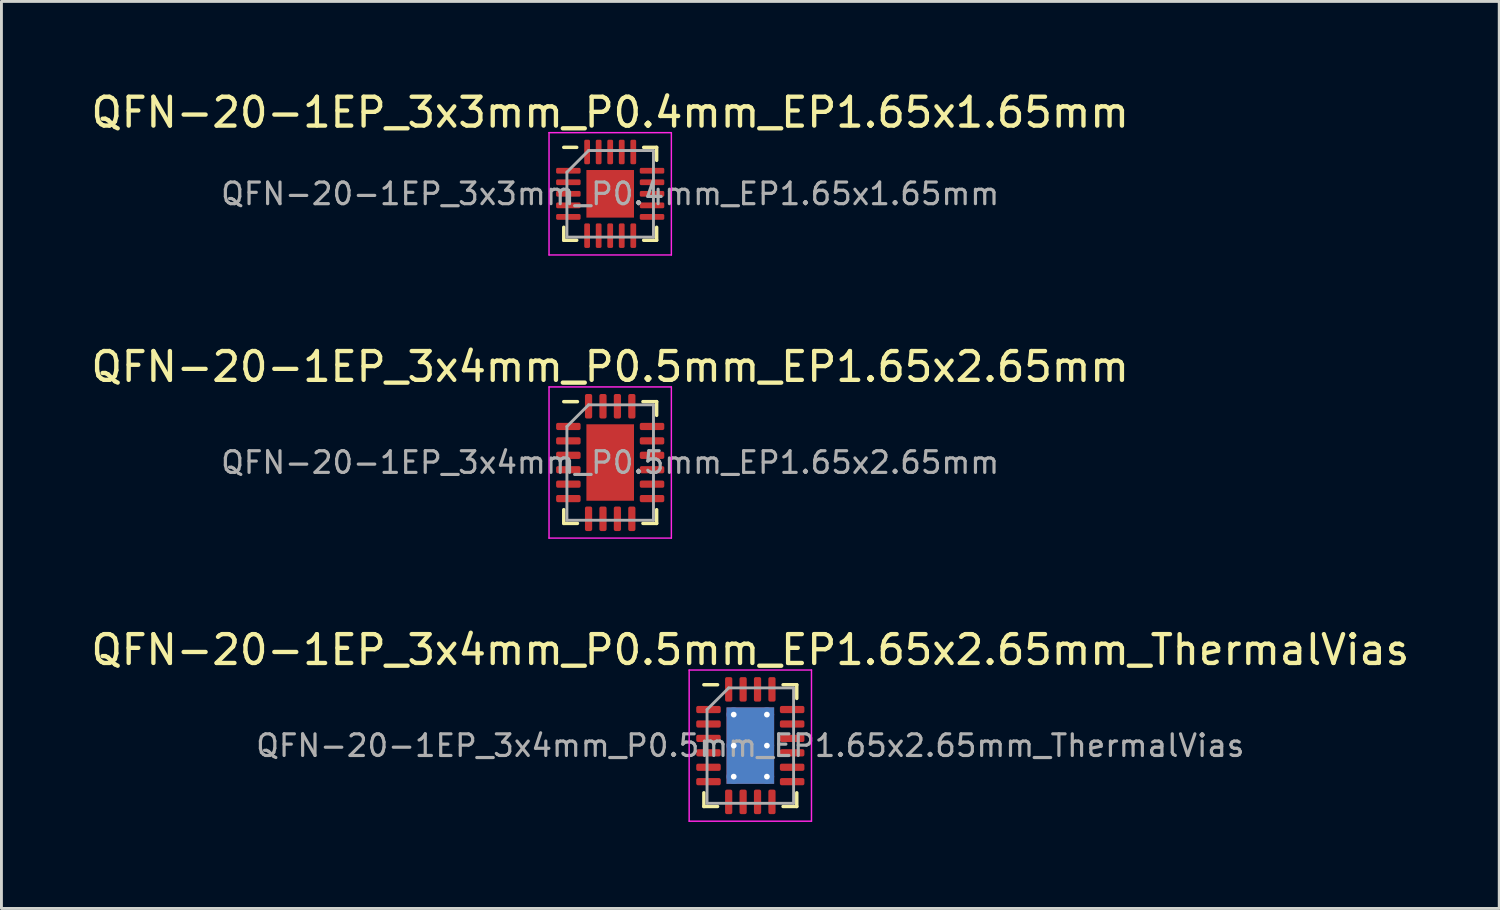
<source format=kicad_pcb>
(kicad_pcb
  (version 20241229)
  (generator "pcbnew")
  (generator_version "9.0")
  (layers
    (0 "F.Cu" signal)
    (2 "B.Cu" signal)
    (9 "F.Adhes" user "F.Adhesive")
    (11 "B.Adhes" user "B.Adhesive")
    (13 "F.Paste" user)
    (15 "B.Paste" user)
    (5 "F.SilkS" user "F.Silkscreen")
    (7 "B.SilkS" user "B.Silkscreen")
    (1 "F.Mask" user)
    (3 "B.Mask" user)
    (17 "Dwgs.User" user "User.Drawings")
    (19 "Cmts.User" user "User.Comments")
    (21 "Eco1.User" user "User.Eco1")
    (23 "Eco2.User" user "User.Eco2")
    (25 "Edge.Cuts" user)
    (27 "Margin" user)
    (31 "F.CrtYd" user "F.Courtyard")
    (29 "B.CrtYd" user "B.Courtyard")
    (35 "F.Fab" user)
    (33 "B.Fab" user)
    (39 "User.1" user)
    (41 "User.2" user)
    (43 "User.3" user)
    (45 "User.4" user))
  (footprint "QFN-20-1EP_3x4mm_P0.5mm_EP1.65x2.65mm"
    (layer "F.Cu")
    (at 18.101 12.982)
    (property "Reference" "QFN-20-1EP_3x4mm_P0.5mm_EP1.65x2.65mm" (at 0 -3.32 0) (layer "F.SilkS") (effects (font (size 1 1) (thickness 0.15))))
    (attr smd)
    (fp_line (start -1.61 2.11) (end -1.61 1.635) (stroke (width 0.12) (type solid)) (layer "F.SilkS"))
    (fp_line (start -1.135 -2.11) (end -1.61 -2.11) (stroke (width 0.12) (type solid)) (layer "F.SilkS"))
    (fp_line (start -1.135 2.11) (end -1.61 2.11) (stroke (width 0.12) (type solid)) (layer "F.SilkS"))
    (fp_line (start 1.135 -2.11) (end 1.61 -2.11) (stroke (width 0.12) (type solid)) (layer "F.SilkS"))
    (fp_line (start 1.135 2.11) (end 1.61 2.11) (stroke (width 0.12) (type solid)) (layer "F.SilkS"))
    (fp_line (start 1.61 -2.11) (end 1.61 -1.635) (stroke (width 0.12) (type solid)) (layer "F.SilkS"))
    (fp_line (start 1.61 2.11) (end 1.61 1.635) (stroke (width 0.12) (type solid)) (layer "F.SilkS"))
    (fp_line (start -2.12 -2.62) (end -2.12 2.62) (stroke (width 0.05) (type solid)) (layer "F.CrtYd"))
    (fp_line (start -2.12 2.62) (end 2.12 2.62) (stroke (width 0.05) (type solid)) (layer "F.CrtYd"))
    (fp_line (start 2.12 -2.62) (end -2.12 -2.62) (stroke (width 0.05) (type solid)) (layer "F.CrtYd"))
    (fp_line (start 2.12 2.62) (end 2.12 -2.62) (stroke (width 0.05) (type solid)) (layer "F.CrtYd"))
    (fp_line (start -1.5 -1.25) (end -0.75 -2) (stroke (width 0.1) (type solid)) (layer "F.Fab"))
    (fp_line (start -1.5 2) (end -1.5 -1.25) (stroke (width 0.1) (type solid)) (layer "F.Fab"))
    (fp_line (start -0.75 -2) (end 1.5 -2) (stroke (width 0.1) (type solid)) (layer "F.Fab"))
    (fp_line (start 1.5 -2) (end 1.5 2) (stroke (width 0.1) (type solid)) (layer "F.Fab"))
    (fp_line (start 1.5 2) (end -1.5 2) (stroke (width 0.1) (type solid)) (layer "F.Fab"))
    (fp_text user "${REFERENCE}" (at 0 0 0) (layer "F.Fab") (effects (font (size 0.75 0.75) (thickness 0.11))))
    (pad "" smd roundrect (at -0.41 -0.66) (size 0.67 1.07) (layers "F.Paste") (roundrect_rratio 0.25))
    (pad "" smd roundrect (at -0.41 0.66) (size 0.67 1.07) (layers "F.Paste") (roundrect_rratio 0.25))
    (pad "" smd roundrect (at 0.41 -0.66) (size 0.67 1.07) (layers "F.Paste") (roundrect_rratio 0.25))
    (pad "" smd roundrect (at 0.41 0.66) (size 0.67 1.07) (layers "F.Paste") (roundrect_rratio 0.25))
    (pad "1" smd roundrect (at -1.45 -1.25) (size 0.85 0.25) (layers "F.Cu" "F.Mask" "F.Paste") (roundrect_rratio 0.25))
    (pad "2" smd roundrect (at -1.45 -0.75) (size 0.85 0.25) (layers "F.Cu" "F.Mask" "F.Paste") (roundrect_rratio 0.25))
    (pad "3" smd roundrect (at -1.45 -0.25) (size 0.85 0.25) (layers "F.Cu" "F.Mask" "F.Paste") (roundrect_rratio 0.25))
    (pad "4" smd roundrect (at -1.45 0.25) (size 0.85 0.25) (layers "F.Cu" "F.Mask" "F.Paste") (roundrect_rratio 0.25))
    (pad "5" smd roundrect (at -1.45 0.75) (size 0.85 0.25) (layers "F.Cu" "F.Mask" "F.Paste") (roundrect_rratio 0.25))
    (pad "6" smd roundrect (at -1.45 1.25) (size 0.85 0.25) (layers "F.Cu" "F.Mask" "F.Paste") (roundrect_rratio 0.25))
    (pad "7" smd roundrect (at -0.75 1.95) (size 0.25 0.85) (layers "F.Cu" "F.Mask" "F.Paste") (roundrect_rratio 0.25))
    (pad "8" smd roundrect (at -0.25 1.95) (size 0.25 0.85) (layers "F.Cu" "F.Mask" "F.Paste") (roundrect_rratio 0.25))
    (pad "9" smd roundrect (at 0.25 1.95) (size 0.25 0.85) (layers "F.Cu" "F.Mask" "F.Paste") (roundrect_rratio 0.25))
    (pad "10" smd roundrect (at 0.75 1.95) (size 0.25 0.85) (layers "F.Cu" "F.Mask" "F.Paste") (roundrect_rratio 0.25))
    (pad "11" smd roundrect (at 1.45 1.25) (size 0.85 0.25) (layers "F.Cu" "F.Mask" "F.Paste") (roundrect_rratio 0.25))
    (pad "12" smd roundrect (at 1.45 0.75) (size 0.85 0.25) (layers "F.Cu" "F.Mask" "F.Paste") (roundrect_rratio 0.25))
    (pad "13" smd roundrect (at 1.45 0.25) (size 0.85 0.25) (layers "F.Cu" "F.Mask" "F.Paste") (roundrect_rratio 0.25))
    (pad "14" smd roundrect (at 1.45 -0.25) (size 0.85 0.25) (layers "F.Cu" "F.Mask" "F.Paste") (roundrect_rratio 0.25))
    (pad "15" smd roundrect (at 1.45 -0.75) (size 0.85 0.25) (layers "F.Cu" "F.Mask" "F.Paste") (roundrect_rratio 0.25))
    (pad "16" smd roundrect (at 1.45 -1.25) (size 0.85 0.25) (layers "F.Cu" "F.Mask" "F.Paste") (roundrect_rratio 0.25))
    (pad "17" smd roundrect (at 0.75 -1.95) (size 0.25 0.85) (layers "F.Cu" "F.Mask" "F.Paste") (roundrect_rratio 0.25))
    (pad "18" smd roundrect (at 0.25 -1.95) (size 0.25 0.85) (layers "F.Cu" "F.Mask" "F.Paste") (roundrect_rratio 0.25))
    (pad "19" smd roundrect (at -0.25 -1.95) (size 0.25 0.85) (layers "F.Cu" "F.Mask" "F.Paste") (roundrect_rratio 0.25))
    (pad "20" smd roundrect (at -0.75 -1.95) (size 0.25 0.85) (layers "F.Cu" "F.Mask" "F.Paste") (roundrect_rratio 0.25))
    (pad "21" smd rect (at 0 0) (size 1.65 2.65) (layers "F.Cu" "F.Mask")))
  (footprint "QFN-20-1EP_3x4mm_P0.5mm_EP1.65x2.65mm_ThermalVias"
    (layer "F.Cu")
    (at 22.958 22.795)
    (property "Reference" "QFN-20-1EP_3x4mm_P0.5mm_EP1.65x2.65mm_ThermalVias" (at 0 -3.32 0) (layer "F.SilkS") (effects (font (size 1 1) (thickness 0.15))))
    (attr smd)
    (fp_line (start -1.61 2.11) (end -1.61 1.635) (stroke (width 0.12) (type solid)) (layer "F.SilkS"))
    (fp_line (start -1.135 -2.11) (end -1.61 -2.11) (stroke (width 0.12) (type solid)) (layer "F.SilkS"))
    (fp_line (start -1.135 2.11) (end -1.61 2.11) (stroke (width 0.12) (type solid)) (layer "F.SilkS"))
    (fp_line (start 1.135 -2.11) (end 1.61 -2.11) (stroke (width 0.12) (type solid)) (layer "F.SilkS"))
    (fp_line (start 1.135 2.11) (end 1.61 2.11) (stroke (width 0.12) (type solid)) (layer "F.SilkS"))
    (fp_line (start 1.61 -2.11) (end 1.61 -1.635) (stroke (width 0.12) (type solid)) (layer "F.SilkS"))
    (fp_line (start 1.61 2.11) (end 1.61 1.635) (stroke (width 0.12) (type solid)) (layer "F.SilkS"))
    (fp_line (start -2.12 -2.62) (end -2.12 2.62) (stroke (width 0.05) (type solid)) (layer "F.CrtYd"))
    (fp_line (start -2.12 2.62) (end 2.12 2.62) (stroke (width 0.05) (type solid)) (layer "F.CrtYd"))
    (fp_line (start 2.12 -2.62) (end -2.12 -2.62) (stroke (width 0.05) (type solid)) (layer "F.CrtYd"))
    (fp_line (start 2.12 2.62) (end 2.12 -2.62) (stroke (width 0.05) (type solid)) (layer "F.CrtYd"))
    (fp_line (start -1.5 -1.25) (end -0.75 -2) (stroke (width 0.1) (type solid)) (layer "F.Fab"))
    (fp_line (start -1.5 2) (end -1.5 -1.25) (stroke (width 0.1) (type solid)) (layer "F.Fab"))
    (fp_line (start -0.75 -2) (end 1.5 -2) (stroke (width 0.1) (type solid)) (layer "F.Fab"))
    (fp_line (start 1.5 -2) (end 1.5 2) (stroke (width 0.1) (type solid)) (layer "F.Fab"))
    (fp_line (start 1.5 2) (end -1.5 2) (stroke (width 0.1) (type solid)) (layer "F.Fab"))
    (fp_text user "${REFERENCE}" (at 0 0 0) (layer "F.Fab") (effects (font (size 0.75 0.75) (thickness 0.11))))
    (pad "" smd roundrect (at -0.41 -0.66) (size 0.71 1.15) (layers "F.Paste") (roundrect_rratio 0.25))
    (pad "" smd roundrect (at -0.41 0.66) (size 0.71 1.15) (layers "F.Paste") (roundrect_rratio 0.25))
    (pad "" smd roundrect (at 0.41 -0.66) (size 0.71 1.15) (layers "F.Paste") (roundrect_rratio 0.25))
    (pad "" smd roundrect (at 0.41 0.66) (size 0.71 1.15) (layers "F.Paste") (roundrect_rratio 0.25))
    (pad "1" smd roundrect (at -1.45 -1.25) (size 0.85 0.25) (layers "F.Cu" "F.Mask" "F.Paste") (roundrect_rratio 0.25))
    (pad "2" smd roundrect (at -1.45 -0.75) (size 0.85 0.25) (layers "F.Cu" "F.Mask" "F.Paste") (roundrect_rratio 0.25))
    (pad "3" smd roundrect (at -1.45 -0.25) (size 0.85 0.25) (layers "F.Cu" "F.Mask" "F.Paste") (roundrect_rratio 0.25))
    (pad "4" smd roundrect (at -1.45 0.25) (size 0.85 0.25) (layers "F.Cu" "F.Mask" "F.Paste") (roundrect_rratio 0.25))
    (pad "5" smd roundrect (at -1.45 0.75) (size 0.85 0.25) (layers "F.Cu" "F.Mask" "F.Paste") (roundrect_rratio 0.25))
    (pad "6" smd roundrect (at -1.45 1.25) (size 0.85 0.25) (layers "F.Cu" "F.Mask" "F.Paste") (roundrect_rratio 0.25))
    (pad "7" smd roundrect (at -0.75 1.95) (size 0.25 0.85) (layers "F.Cu" "F.Mask" "F.Paste") (roundrect_rratio 0.25))
    (pad "8" smd roundrect (at -0.25 1.95) (size 0.25 0.85) (layers "F.Cu" "F.Mask" "F.Paste") (roundrect_rratio 0.25))
    (pad "9" smd roundrect (at 0.25 1.95) (size 0.25 0.85) (layers "F.Cu" "F.Mask" "F.Paste") (roundrect_rratio 0.25))
    (pad "10" smd roundrect (at 0.75 1.95) (size 0.25 0.85) (layers "F.Cu" "F.Mask" "F.Paste") (roundrect_rratio 0.25))
    (pad "11" smd roundrect (at 1.45 1.25) (size 0.85 0.25) (layers "F.Cu" "F.Mask" "F.Paste") (roundrect_rratio 0.25))
    (pad "12" smd roundrect (at 1.45 0.75) (size 0.85 0.25) (layers "F.Cu" "F.Mask" "F.Paste") (roundrect_rratio 0.25))
    (pad "13" smd roundrect (at 1.45 0.25) (size 0.85 0.25) (layers "F.Cu" "F.Mask" "F.Paste") (roundrect_rratio 0.25))
    (pad "14" smd roundrect (at 1.45 -0.25) (size 0.85 0.25) (layers "F.Cu" "F.Mask" "F.Paste") (roundrect_rratio 0.25))
    (pad "15" smd roundrect (at 1.45 -0.75) (size 0.85 0.25) (layers "F.Cu" "F.Mask" "F.Paste") (roundrect_rratio 0.25))
    (pad "16" smd roundrect (at 1.45 -1.25) (size 0.85 0.25) (layers "F.Cu" "F.Mask" "F.Paste") (roundrect_rratio 0.25))
    (pad "17" smd roundrect (at 0.75 -1.95) (size 0.25 0.85) (layers "F.Cu" "F.Mask" "F.Paste") (roundrect_rratio 0.25))
    (pad "18" smd roundrect (at 0.25 -1.95) (size 0.25 0.85) (layers "F.Cu" "F.Mask" "F.Paste") (roundrect_rratio 0.25))
    (pad "19" smd roundrect (at -0.25 -1.95) (size 0.25 0.85) (layers "F.Cu" "F.Mask" "F.Paste") (roundrect_rratio 0.25))
    (pad "20" smd roundrect (at -0.75 -1.95) (size 0.25 0.85) (layers "F.Cu" "F.Mask" "F.Paste") (roundrect_rratio 0.25))
    (pad "21" thru_hole circle (at -0.575 -1.075) (size 0.5 0.5) (drill 0.2) (layers "*.Cu"))
    (pad "21" thru_hole circle (at -0.575 0) (size 0.5 0.5) (drill 0.2) (layers "*.Cu"))
    (pad "21" thru_hole circle (at -0.575 1.075) (size 0.5 0.5) (drill 0.2) (layers "*.Cu"))
    (pad "21" smd rect (at 0 0) (size 1.65 2.65) (layers "F.Cu" "F.Mask"))
    (pad "21" smd rect (at 0 0) (size 1.65 2.65) (layers "B.Cu"))
    (pad "21" thru_hole circle (at 0.575 -1.075) (size 0.5 0.5) (drill 0.2) (layers "*.Cu"))
    (pad "21" thru_hole circle (at 0.575 0) (size 0.5 0.5) (drill 0.2) (layers "*.Cu"))
    (pad "21" thru_hole circle (at 0.575 1.075) (size 0.5 0.5) (drill 0.2) (layers "*.Cu")))
  (footprint "QFN-20-1EP_3x3mm_P0.4mm_EP1.65x1.65mm"
    (layer "F.Cu")
    (at 18.101 3.668)
    (property "Reference" "QFN-20-1EP_3x3mm_P0.4mm_EP1.65x1.65mm" (at 0 -2.82 0) (layer "F.SilkS") (effects (font (size 1 1) (thickness 0.15))))
    (attr smd)
    (fp_line (start -1.61 1.61) (end -1.61 1.16) (stroke (width 0.12) (type solid)) (layer "F.SilkS"))
    (fp_line (start -1.16 -1.61) (end -1.61 -1.61) (stroke (width 0.12) (type solid)) (layer "F.SilkS"))
    (fp_line (start -1.16 1.61) (end -1.61 1.61) (stroke (width 0.12) (type solid)) (layer "F.SilkS"))
    (fp_line (start 1.16 -1.61) (end 1.61 -1.61) (stroke (width 0.12) (type solid)) (layer "F.SilkS"))
    (fp_line (start 1.16 1.61) (end 1.61 1.61) (stroke (width 0.12) (type solid)) (layer "F.SilkS"))
    (fp_line (start 1.61 -1.61) (end 1.61 -1.16) (stroke (width 0.12) (type solid)) (layer "F.SilkS"))
    (fp_line (start 1.61 1.61) (end 1.61 1.16) (stroke (width 0.12) (type solid)) (layer "F.SilkS"))
    (fp_line (start -2.12 -2.12) (end -2.12 2.12) (stroke (width 0.05) (type solid)) (layer "F.CrtYd"))
    (fp_line (start -2.12 2.12) (end 2.12 2.12) (stroke (width 0.05) (type solid)) (layer "F.CrtYd"))
    (fp_line (start 2.12 -2.12) (end -2.12 -2.12) (stroke (width 0.05) (type solid)) (layer "F.CrtYd"))
    (fp_line (start 2.12 2.12) (end 2.12 -2.12) (stroke (width 0.05) (type solid)) (layer "F.CrtYd"))
    (fp_line (start -1.5 -0.75) (end -0.75 -1.5) (stroke (width 0.1) (type solid)) (layer "F.Fab"))
    (fp_line (start -1.5 1.5) (end -1.5 -0.75) (stroke (width 0.1) (type solid)) (layer "F.Fab"))
    (fp_line (start -0.75 -1.5) (end 1.5 -1.5) (stroke (width 0.1) (type solid)) (layer "F.Fab"))
    (fp_line (start 1.5 -1.5) (end 1.5 1.5) (stroke (width 0.1) (type solid)) (layer "F.Fab"))
    (fp_line (start 1.5 1.5) (end -1.5 1.5) (stroke (width 0.1) (type solid)) (layer "F.Fab"))
    (fp_text user "${REFERENCE}" (at 0 0 0) (layer "F.Fab") (effects (font (size 0.75 0.75) (thickness 0.11))))
    (pad "" smd roundrect (at -0.41 -0.41) (size 0.67 0.67) (layers "F.Paste") (roundrect_rratio 0.25))
    (pad "" smd roundrect (at -0.41 0.41) (size 0.67 0.67) (layers "F.Paste") (roundrect_rratio 0.25))
    (pad "" smd roundrect (at 0.41 -0.41) (size 0.67 0.67) (layers "F.Paste") (roundrect_rratio 0.25))
    (pad "" smd roundrect (at 0.41 0.41) (size 0.67 0.67) (layers "F.Paste") (roundrect_rratio 0.25))
    (pad "1" smd roundrect (at -1.45 -0.8) (size 0.85 0.2) (layers "F.Cu" "F.Mask" "F.Paste") (roundrect_rratio 0.25))
    (pad "2" smd roundrect (at -1.45 -0.4) (size 0.85 0.2) (layers "F.Cu" "F.Mask" "F.Paste") (roundrect_rratio 0.25))
    (pad "3" smd roundrect (at -1.45 0) (size 0.85 0.2) (layers "F.Cu" "F.Mask" "F.Paste") (roundrect_rratio 0.25))
    (pad "4" smd roundrect (at -1.45 0.4) (size 0.85 0.2) (layers "F.Cu" "F.Mask" "F.Paste") (roundrect_rratio 0.25))
    (pad "5" smd roundrect (at -1.45 0.8) (size 0.85 0.2) (layers "F.Cu" "F.Mask" "F.Paste") (roundrect_rratio 0.25))
    (pad "6" smd roundrect (at -0.8 1.45) (size 0.2 0.85) (layers "F.Cu" "F.Mask" "F.Paste") (roundrect_rratio 0.25))
    (pad "7" smd roundrect (at -0.4 1.45) (size 0.2 0.85) (layers "F.Cu" "F.Mask" "F.Paste") (roundrect_rratio 0.25))
    (pad "8" smd roundrect (at 0 1.45) (size 0.2 0.85) (layers "F.Cu" "F.Mask" "F.Paste") (roundrect_rratio 0.25))
    (pad "9" smd roundrect (at 0.4 1.45) (size 0.2 0.85) (layers "F.Cu" "F.Mask" "F.Paste") (roundrect_rratio 0.25))
    (pad "10" smd roundrect (at 0.8 1.45) (size 0.2 0.85) (layers "F.Cu" "F.Mask" "F.Paste") (roundrect_rratio 0.25))
    (pad "11" smd roundrect (at 1.45 0.8) (size 0.85 0.2) (layers "F.Cu" "F.Mask" "F.Paste") (roundrect_rratio 0.25))
    (pad "12" smd roundrect (at 1.45 0.4) (size 0.85 0.2) (layers "F.Cu" "F.Mask" "F.Paste") (roundrect_rratio 0.25))
    (pad "13" smd roundrect (at 1.45 0) (size 0.85 0.2) (layers "F.Cu" "F.Mask" "F.Paste") (roundrect_rratio 0.25))
    (pad "14" smd roundrect (at 1.45 -0.4) (size 0.85 0.2) (layers "F.Cu" "F.Mask" "F.Paste") (roundrect_rratio 0.25))
    (pad "15" smd roundrect (at 1.45 -0.8) (size 0.85 0.2) (layers "F.Cu" "F.Mask" "F.Paste") (roundrect_rratio 0.25))
    (pad "16" smd roundrect (at 0.8 -1.45) (size 0.2 0.85) (layers "F.Cu" "F.Mask" "F.Paste") (roundrect_rratio 0.25))
    (pad "17" smd roundrect (at 0.4 -1.45) (size 0.2 0.85) (layers "F.Cu" "F.Mask" "F.Paste") (roundrect_rratio 0.25))
    (pad "18" smd roundrect (at 0 -1.45) (size 0.2 0.85) (layers "F.Cu" "F.Mask" "F.Paste") (roundrect_rratio 0.25))
    (pad "19" smd roundrect (at -0.4 -1.45) (size 0.2 0.85) (layers "F.Cu" "F.Mask" "F.Paste") (roundrect_rratio 0.25))
    (pad "20" smd roundrect (at -0.8 -1.45) (size 0.2 0.85) (layers "F.Cu" "F.Mask" "F.Paste") (roundrect_rratio 0.25))
    (pad "21" smd rect (at 0 0) (size 1.65 1.65) (layers "F.Cu" "F.Mask")))
  (gr_rect
    (start -3 -3)
    (end 48.917 28.44)
    (stroke (width 0.1) (type default))
    (fill no)
    (layer "Edge.Cuts")))
</source>
